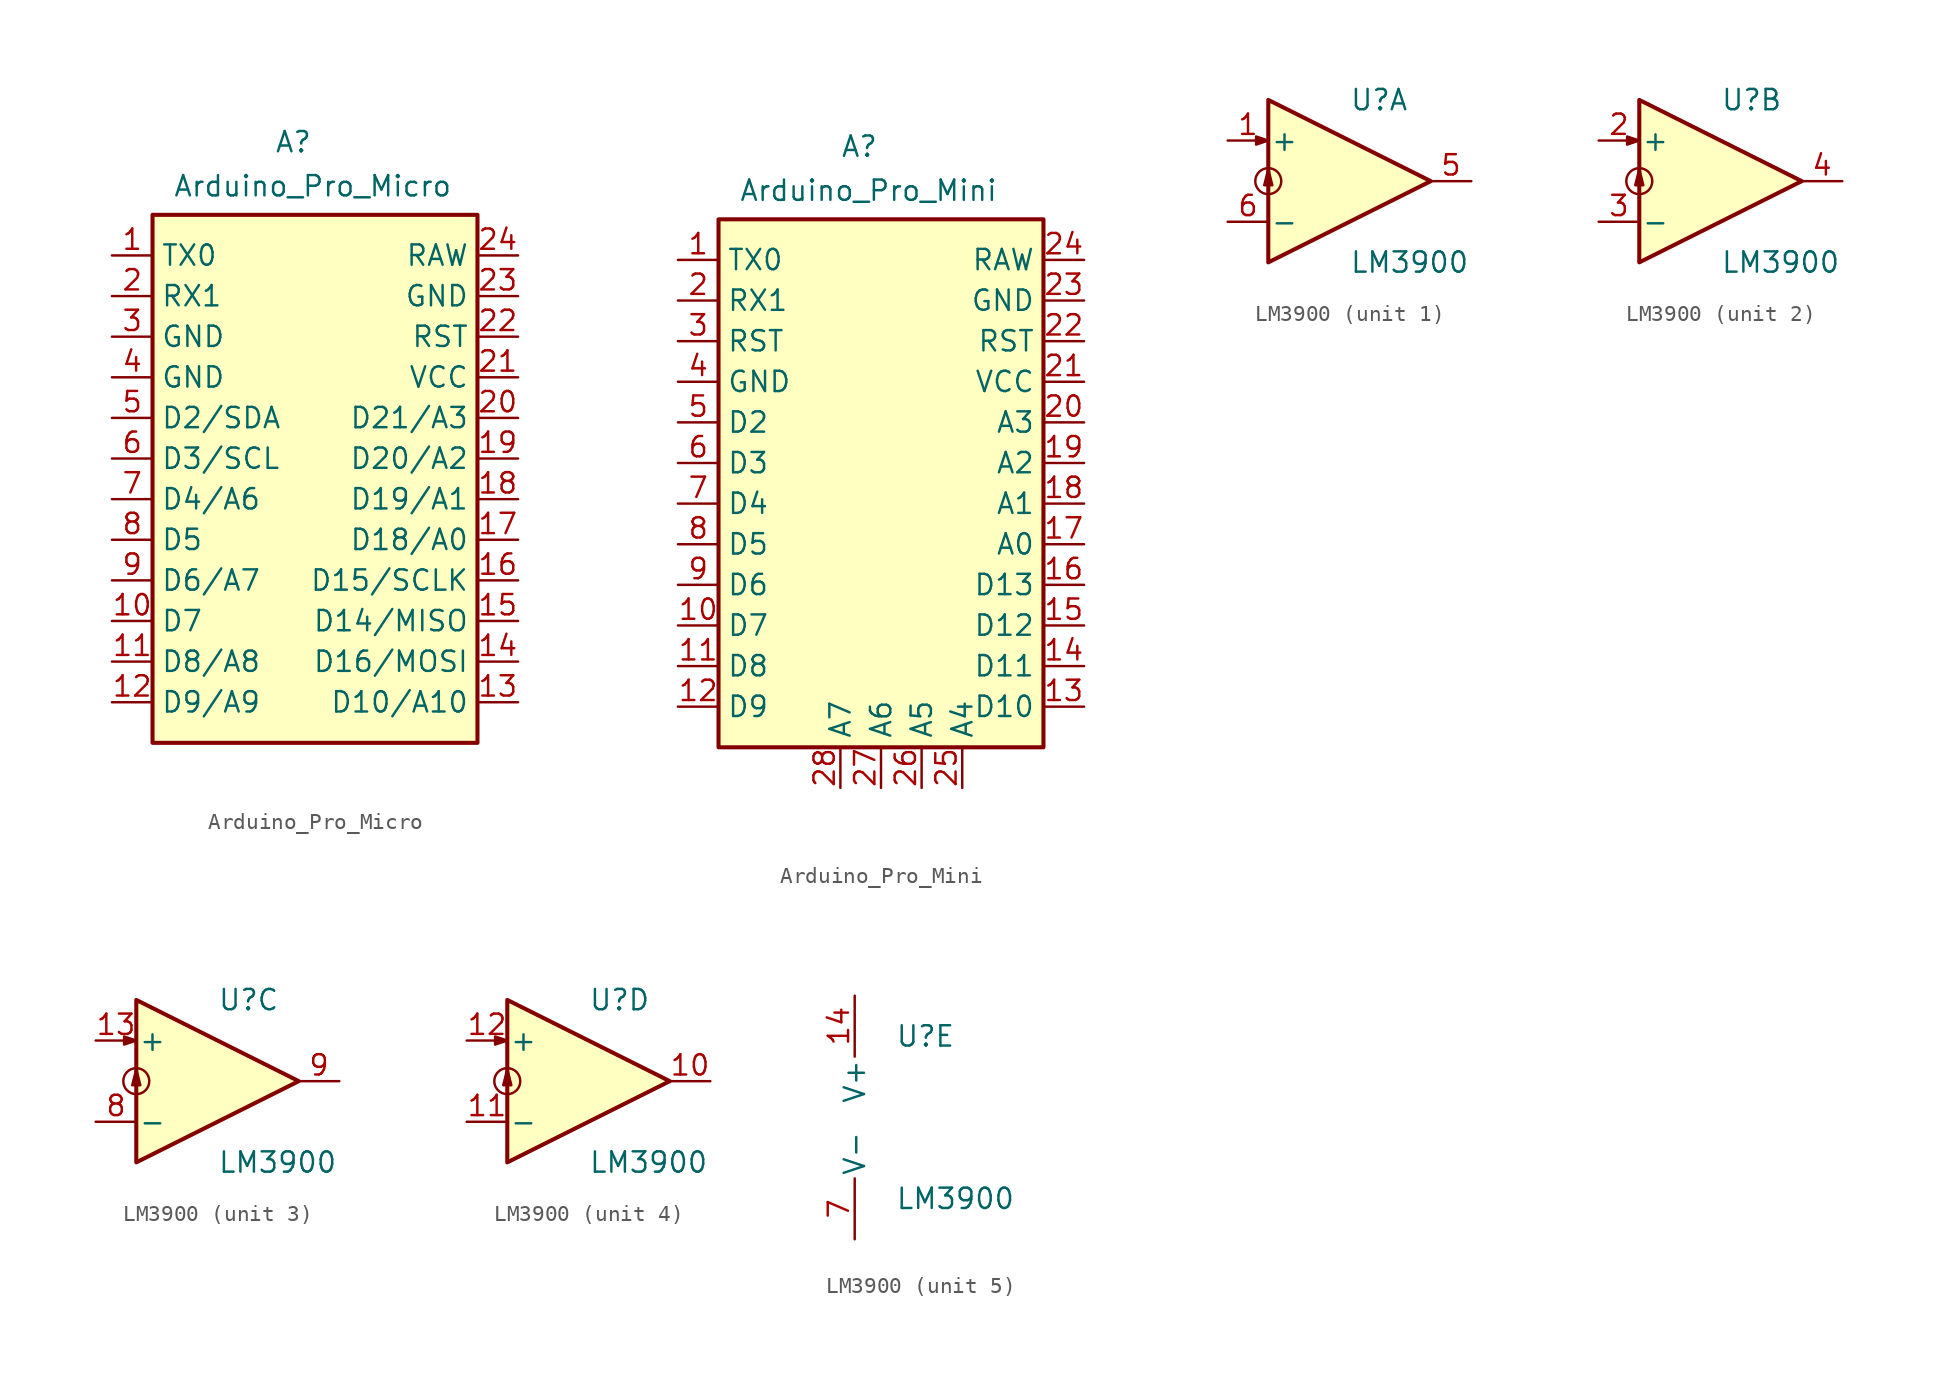
<source format=kicad_sym>
(kicad_symbol_lib
  (version 20220914)
  (generator kicad_symbol_editor)
  (symbol "Arduino_Pro_Micro"
    (property "Reference" "A"
      (at -2.54 21.59 0)
      (effects (font (size 1.27 1.27)) (justify left bottom)))
    (property "Value" "Arduino_Pro_Micro"
      (at -8.89 20.32 0)
      (effects (font (size 1.27 1.27)) (justify left top)))
    (symbol "Arduino_Pro_Micro_0_1"
      (rectangle (start -10.16 17.78) (end 10.16 -15.24) (stroke (width 0.254) (type solid)) (fill (type background))))
    (symbol "Arduino_Pro_Micro_1_1"
      (pin bidirectional line (at -12.7 15.24 0) (length 2.54) (name "TX0" (effects (font (size 1.27 1.27)))) (number "1" (effects (font (size 1.27 1.27)))))
      (pin bidirectional line (at -12.7 -7.62 0) (length 2.54) (name "D7" (effects (font (size 1.27 1.27)))) (number "10" (effects (font (size 1.27 1.27)))))
      (pin bidirectional line (at -12.7 -10.16 0) (length 2.54) (name "D8/A8" (effects (font (size 1.27 1.27)))) (number "11" (effects (font (size 1.27 1.27)))))
      (pin bidirectional line (at -12.7 -12.7 0) (length 2.54) (name "D9/A9" (effects (font (size 1.27 1.27)))) (number "12" (effects (font (size 1.27 1.27)))))
      (pin bidirectional line (at 12.7 -12.7 180) (length 2.54) (name "D10/A10" (effects (font (size 1.27 1.27)))) (number "13" (effects (font (size 1.27 1.27)))))
      (pin bidirectional line (at 12.7 -10.16 180) (length 2.54) (name "D16/MOSI" (effects (font (size 1.27 1.27)))) (number "14" (effects (font (size 1.27 1.27)))))
      (pin bidirectional line (at 12.7 -7.62 180) (length 2.54) (name "D14/MISO" (effects (font (size 1.27 1.27)))) (number "15" (effects (font (size 1.27 1.27)))))
      (pin bidirectional line (at 12.7 -5.08 180) (length 2.54) (name "D15/SCLK" (effects (font (size 1.27 1.27)))) (number "16" (effects (font (size 1.27 1.27)))))
      (pin bidirectional line (at 12.7 -2.54 180) (length 2.54) (name "D18/A0" (effects (font (size 1.27 1.27)))) (number "17" (effects (font (size 1.27 1.27)))))
      (pin bidirectional line (at 12.7 0 180) (length 2.54) (name "D19/A1" (effects (font (size 1.27 1.27)))) (number "18" (effects (font (size 1.27 1.27)))))
      (pin bidirectional line (at 12.7 2.54 180) (length 2.54) (name "D20/A2" (effects (font (size 1.27 1.27)))) (number "19" (effects (font (size 1.27 1.27)))))
      (pin bidirectional line (at -12.7 12.7 0) (length 2.54) (name "RX1" (effects (font (size 1.27 1.27)))) (number "2" (effects (font (size 1.27 1.27)))))
      (pin bidirectional line (at 12.7 5.08 180) (length 2.54) (name "D21/A3" (effects (font (size 1.27 1.27)))) (number "20" (effects (font (size 1.27 1.27)))))
      (pin power_in line (at 12.7 7.62 180) (length 2.54) (name "VCC" (effects (font (size 1.27 1.27)))) (number "21" (effects (font (size 1.27 1.27)))))
      (pin input line (at 12.7 10.16 180) (length 2.54) (name "RST" (effects (font (size 1.27 1.27)))) (number "22" (effects (font (size 1.27 1.27)))))
      (pin power_in line (at 12.7 12.7 180) (length 2.54) (name "GND" (effects (font (size 1.27 1.27)))) (number "23" (effects (font (size 1.27 1.27)))))
      (pin power_in line (at 12.7 15.24 180) (length 2.54) (name "RAW" (effects (font (size 1.27 1.27)))) (number "24" (effects (font (size 1.27 1.27)))))
      (pin power_in line (at -12.7 10.16 0) (length 2.54) (name "GND" (effects (font (size 1.27 1.27)))) (number "3" (effects (font (size 1.27 1.27)))))
      (pin power_in line (at -12.7 7.62 0) (length 2.54) (name "GND" (effects (font (size 1.27 1.27)))) (number "4" (effects (font (size 1.27 1.27)))))
      (pin bidirectional line (at -12.7 5.08 0) (length 2.54) (name "D2/SDA" (effects (font (size 1.27 1.27)))) (number "5" (effects (font (size 1.27 1.27)))))
      (pin bidirectional line (at -12.7 2.54 0) (length 2.54) (name "D3/SCL" (effects (font (size 1.27 1.27)))) (number "6" (effects (font (size 1.27 1.27)))))
      (pin bidirectional line (at -12.7 0 0) (length 2.54) (name "D4/A6" (effects (font (size 1.27 1.27)))) (number "7" (effects (font (size 1.27 1.27)))))
      (pin bidirectional line (at -12.7 -2.54 0) (length 2.54) (name "D5" (effects (font (size 1.27 1.27)))) (number "8" (effects (font (size 1.27 1.27)))))
      (pin bidirectional line (at -12.7 -5.08 0) (length 2.54) (name "D6/A7" (effects (font (size 1.27 1.27)))) (number "9" (effects (font (size 1.27 1.27)))))))
  (symbol "Arduino_Pro_Mini"
    (property "Reference" "A"
      (at -2.54 21.59 0)
      (effects (font (size 1.27 1.27)) (justify left bottom)))
    (property "Value" "Arduino_Pro_Mini"
      (at -8.89 20.32 0)
      (effects (font (size 1.27 1.27)) (justify left top)))
    (symbol "Arduino_Pro_Mini_0_1"
      (rectangle (start -10.16 17.78) (end 10.16 -15.24) (stroke (width 0.254) (type solid)) (fill (type background))))
    (symbol "Arduino_Pro_Mini_1_1"
      (pin bidirectional line (at -12.7 15.24 0) (length 2.54) (name "TX0" (effects (font (size 1.27 1.27)))) (number "1" (effects (font (size 1.27 1.27)))))
      (pin bidirectional line (at -12.7 -7.62 0) (length 2.54) (name "D7" (effects (font (size 1.27 1.27)))) (number "10" (effects (font (size 1.27 1.27)))))
      (pin bidirectional line (at -12.7 -10.16 0) (length 2.54) (name "D8" (effects (font (size 1.27 1.27)))) (number "11" (effects (font (size 1.27 1.27)))))
      (pin bidirectional line (at -12.7 -12.7 0) (length 2.54) (name "D9" (effects (font (size 1.27 1.27)))) (number "12" (effects (font (size 1.27 1.27)))))
      (pin bidirectional line (at 12.7 -12.7 180) (length 2.54) (name "D10" (effects (font (size 1.27 1.27)))) (number "13" (effects (font (size 1.27 1.27)))))
      (pin bidirectional line (at 12.7 -10.16 180) (length 2.54) (name "D11" (effects (font (size 1.27 1.27)))) (number "14" (effects (font (size 1.27 1.27)))))
      (pin bidirectional line (at 12.7 -7.62 180) (length 2.54) (name "D12" (effects (font (size 1.27 1.27)))) (number "15" (effects (font (size 1.27 1.27)))))
      (pin bidirectional line (at 12.7 -5.08 180) (length 2.54) (name "D13" (effects (font (size 1.27 1.27)))) (number "16" (effects (font (size 1.27 1.27)))))
      (pin bidirectional line (at 12.7 -2.54 180) (length 2.54) (name "A0" (effects (font (size 1.27 1.27)))) (number "17" (effects (font (size 1.27 1.27)))))
      (pin bidirectional line (at 12.7 0 180) (length 2.54) (name "A1" (effects (font (size 1.27 1.27)))) (number "18" (effects (font (size 1.27 1.27)))))
      (pin bidirectional line (at 12.7 2.54 180) (length 2.54) (name "A2" (effects (font (size 1.27 1.27)))) (number "19" (effects (font (size 1.27 1.27)))))
      (pin bidirectional line (at -12.7 12.7 0) (length 2.54) (name "RX1" (effects (font (size 1.27 1.27)))) (number "2" (effects (font (size 1.27 1.27)))))
      (pin bidirectional line (at 12.7 5.08 180) (length 2.54) (name "A3" (effects (font (size 1.27 1.27)))) (number "20" (effects (font (size 1.27 1.27)))))
      (pin power_in line (at 12.7 7.62 180) (length 2.54) (name "VCC" (effects (font (size 1.27 1.27)))) (number "21" (effects (font (size 1.27 1.27)))))
      (pin input line (at 12.7 10.16 180) (length 2.54) (name "RST" (effects (font (size 1.27 1.27)))) (number "22" (effects (font (size 1.27 1.27)))))
      (pin power_in line (at 12.7 12.7 180) (length 2.54) (name "GND" (effects (font (size 1.27 1.27)))) (number "23" (effects (font (size 1.27 1.27)))))
      (pin power_in line (at 12.7 15.24 180) (length 2.54) (name "RAW" (effects (font (size 1.27 1.27)))) (number "24" (effects (font (size 1.27 1.27)))))
      (pin bidirectional line (at 5.08 -17.78 90) (length 2.54) (name "A4" (effects (font (size 1.27 1.27)))) (number "25" (effects (font (size 1.27 1.27)))))
      (pin bidirectional line (at 2.54 -17.78 90) (length 2.54) (name "A5" (effects (font (size 1.27 1.27)))) (number "26" (effects (font (size 1.27 1.27)))))
      (pin bidirectional line (at 0 -17.78 90) (length 2.54) (name "A6" (effects (font (size 1.27 1.27)))) (number "27" (effects (font (size 1.27 1.27)))))
      (pin bidirectional line (at -2.54 -17.78 90) (length 2.54) (name "A7" (effects (font (size 1.27 1.27)))) (number "28" (effects (font (size 1.27 1.27)))))
      (pin input line (at -12.7 10.16 0) (length 2.54) (name "RST" (effects (font (size 1.27 1.27)))) (number "3" (effects (font (size 1.27 1.27)))))
      (pin power_in line (at -12.7 7.62 0) (length 2.54) (name "GND" (effects (font (size 1.27 1.27)))) (number "4" (effects (font (size 1.27 1.27)))))
      (pin bidirectional line (at -12.7 5.08 0) (length 2.54) (name "D2" (effects (font (size 1.27 1.27)))) (number "5" (effects (font (size 1.27 1.27)))))
      (pin bidirectional line (at -12.7 2.54 0) (length 2.54) (name "D3" (effects (font (size 1.27 1.27)))) (number "6" (effects (font (size 1.27 1.27)))))
      (pin bidirectional line (at -12.7 0 0) (length 2.54) (name "D4" (effects (font (size 1.27 1.27)))) (number "7" (effects (font (size 1.27 1.27)))))
      (pin bidirectional line (at -12.7 -2.54 0) (length 2.54) (name "D5" (effects (font (size 1.27 1.27)))) (number "8" (effects (font (size 1.27 1.27)))))
      (pin bidirectional line (at -12.7 -5.08 0) (length 2.54) (name "D6" (effects (font (size 1.27 1.27)))) (number "9" (effects (font (size 1.27 1.27)))))))
  (symbol "LM3900"
    (pin_names
      (offset 0.127))
    (property "Reference" "U"
      (at 0 5.08 0)
      (effects (font (size 1.27 1.27)) (justify left)))
    (property "Value" "LM3900"
      (at 0 -5.08 0)
      (effects (font (size 1.27 1.27)) (justify left)))
    (property "ki_locked" ""
      (at 0 0 0)
      (effects (font (size 1.27 1.27))))
    (symbol "LM3900_1_1"
      (circle (center -5.08 0) (radius 0.813) (stroke (width 0) (type solid)) (fill (type none)))
      (polyline (pts (xy -5.08 2.54) (xy -5.842 2.794) (xy -5.842 2.286) (xy -5.08 2.54)) (stroke (width 0) (type solid)) (fill (type outline)))
      (polyline (pts (xy -5.08 5.08) (xy 5.08 0) (xy -5.08 -5.08) (xy -5.08 5.08)) (stroke (width 0.254) (type solid)) (fill (type background)))
      (polyline (pts (xy -4.826 -0.254) (xy -5.08 0.762) (xy -5.334 -0.254) (xy -4.826 -0.254)) (stroke (width 0) (type solid)) (fill (type outline)))
      (pin input line (at -7.62 2.54 0) (length 2.54) (name "+" (effects (font (size 1.27 1.27)))) (number "1" (effects (font (size 1.27 1.27)))))
      (pin output line (at 7.62 0 180) (length 2.54) (name "~" (effects (font (size 1.27 1.27)))) (number "5" (effects (font (size 1.27 1.27)))))
      (pin input line (at -7.62 -2.54 0) (length 2.54) (name "-" (effects (font (size 1.27 1.27)))) (number "6" (effects (font (size 1.27 1.27))))))
    (symbol "LM3900_2_1"
      (circle (center -5.08 0) (radius 0.813) (stroke (width 0) (type solid)) (fill (type none)))
      (polyline (pts (xy -5.334 -0.254) (xy -5.08 0.762) (xy -4.826 -0.254) (xy -5.334 -0.254)) (stroke (width 0) (type solid)) (fill (type outline)))
      (polyline (pts (xy -5.08 2.54) (xy -5.842 2.286) (xy -5.842 2.794) (xy -5.08 2.54)) (stroke (width 0) (type solid)) (fill (type outline)))
      (polyline (pts (xy -5.08 5.08) (xy 5.08 0) (xy -5.08 -5.08) (xy -5.08 5.08)) (stroke (width 0.254) (type solid)) (fill (type background)))
      (pin input line (at -7.62 2.54 0) (length 2.54) (name "+" (effects (font (size 1.27 1.27)))) (number "2" (effects (font (size 1.27 1.27)))))
      (pin input line (at -7.62 -2.54 0) (length 2.54) (name "-" (effects (font (size 1.27 1.27)))) (number "3" (effects (font (size 1.27 1.27)))))
      (pin output line (at 7.62 0 180) (length 2.54) (name "~" (effects (font (size 1.27 1.27)))) (number "4" (effects (font (size 1.27 1.27))))))
    (symbol "LM3900_3_1"
      (circle (center -5.08 0) (radius 0.813) (stroke (width 0) (type solid)) (fill (type none)))
      (polyline (pts (xy -5.334 -0.254) (xy -5.08 0.762) (xy -4.826 -0.254) (xy -5.334 -0.254)) (stroke (width 0) (type solid)) (fill (type outline)))
      (polyline (pts (xy -5.08 2.54) (xy -5.842 2.794) (xy -5.842 2.286) (xy -5.08 2.54)) (stroke (width 0) (type solid)) (fill (type outline)))
      (polyline (pts (xy -5.08 5.08) (xy 5.08 0) (xy -5.08 -5.08) (xy -5.08 5.08)) (stroke (width 0.254) (type solid)) (fill (type background)))
      (pin input line (at -7.62 2.54 0) (length 2.54) (name "+" (effects (font (size 1.27 1.27)))) (number "13" (effects (font (size 1.27 1.27)))))
      (pin input line (at -7.62 -2.54 0) (length 2.54) (name "-" (effects (font (size 1.27 1.27)))) (number "8" (effects (font (size 1.27 1.27)))))
      (pin output line (at 7.62 0 180) (length 2.54) (name "~" (effects (font (size 1.27 1.27)))) (number "9" (effects (font (size 1.27 1.27))))))
    (symbol "LM3900_4_1"
      (circle (center -5.08 0) (radius 0.813) (stroke (width 0) (type solid)) (fill (type none)))
      (polyline (pts (xy -5.334 -0.254) (xy -5.08 0.762) (xy -4.826 -0.254) (xy -5.334 -0.254)) (stroke (width 0) (type solid)) (fill (type outline)))
      (polyline (pts (xy -5.08 2.54) (xy -5.842 2.286) (xy -5.842 2.794) (xy -5.08 2.54)) (stroke (width 0) (type solid)) (fill (type outline)))
      (polyline (pts (xy -5.08 5.08) (xy 5.08 0) (xy -5.08 -5.08) (xy -5.08 5.08)) (stroke (width 0.254) (type solid)) (fill (type background)))
      (pin output line (at 7.62 0 180) (length 2.54) (name "~" (effects (font (size 1.27 1.27)))) (number "10" (effects (font (size 1.27 1.27)))))
      (pin input line (at -7.62 -2.54 0) (length 2.54) (name "-" (effects (font (size 1.27 1.27)))) (number "11" (effects (font (size 1.27 1.27)))))
      (pin input line (at -7.62 2.54 0) (length 2.54) (name "+" (effects (font (size 1.27 1.27)))) (number "12" (effects (font (size 1.27 1.27))))))
    (symbol "LM3900_5_1"
      (pin power_in line (at -2.54 7.62 270) (length 3.81) (name "V+" (effects (font (size 1.27 1.27)))) (number "14" (effects (font (size 1.27 1.27)))))
      (pin power_in line (at -2.54 -7.62 90) (length 3.81) (name "V-" (effects (font (size 1.27 1.27)))) (number "7" (effects (font (size 1.27 1.27))))))))
</source>
